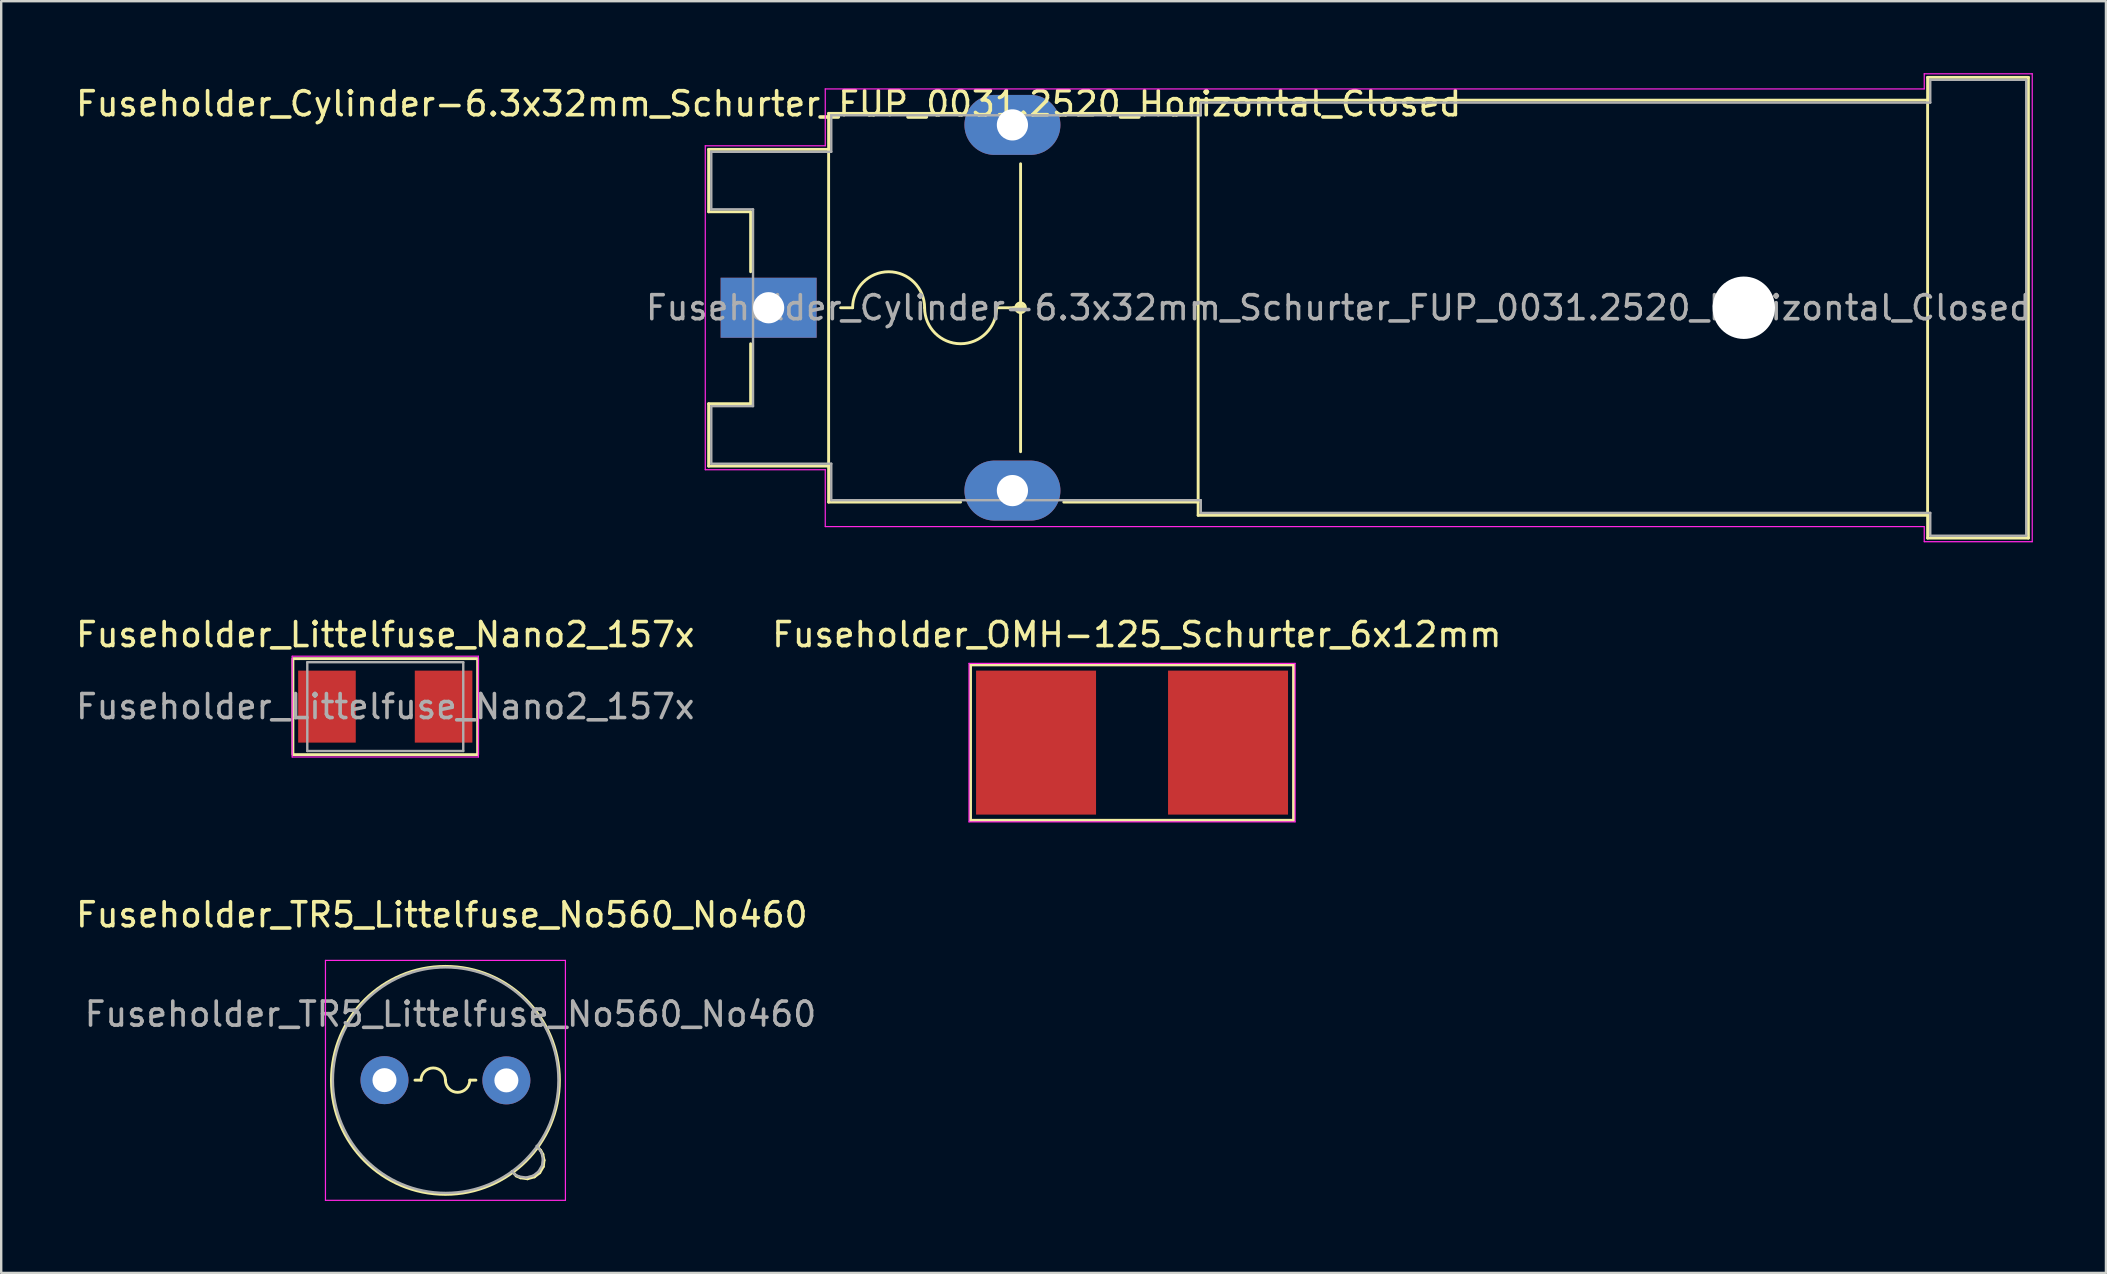
<source format=kicad_pcb>
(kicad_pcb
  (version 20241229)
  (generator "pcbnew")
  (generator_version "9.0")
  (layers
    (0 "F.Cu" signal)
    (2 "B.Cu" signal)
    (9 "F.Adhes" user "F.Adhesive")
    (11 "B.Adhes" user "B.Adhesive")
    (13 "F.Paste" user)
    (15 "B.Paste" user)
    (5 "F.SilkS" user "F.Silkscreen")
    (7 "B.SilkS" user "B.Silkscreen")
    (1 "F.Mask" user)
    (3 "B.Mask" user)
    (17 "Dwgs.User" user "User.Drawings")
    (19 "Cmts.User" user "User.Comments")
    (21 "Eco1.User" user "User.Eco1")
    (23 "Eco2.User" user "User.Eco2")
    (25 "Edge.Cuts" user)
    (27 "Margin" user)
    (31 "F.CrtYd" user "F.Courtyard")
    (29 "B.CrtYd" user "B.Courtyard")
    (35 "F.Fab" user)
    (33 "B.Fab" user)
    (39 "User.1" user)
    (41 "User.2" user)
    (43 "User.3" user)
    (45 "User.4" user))
  (footprint "Fuseholder_OMH-125_Schurter_6x12mm"
    (layer "F.Cu")
    (at 44.127 27.898)
    (property "Reference" "Fuseholder_OMH-125_Schurter_6x12mm" (at 0.2 -4.5 0) (layer "F.SilkS") (effects (font (size 1 1) (thickness 0.15))))
    (fp_line (start -6.731 -3.239) (end 6.731 -3.239) (stroke (width 0.12) (type solid)) (layer "F.SilkS"))
    (fp_line (start -6.731 3.239) (end -6.731 -3.239) (stroke (width 0.12) (type solid)) (layer "F.SilkS"))
    (fp_line (start 6.731 -3.239) (end 6.731 3.239) (stroke (width 0.12) (type solid)) (layer "F.SilkS"))
    (fp_line (start 6.731 3.239) (end -6.731 3.239) (stroke (width 0.12) (type solid)) (layer "F.SilkS"))
    (fp_line (start -6.795 -3.302) (end 6.795 -3.302) (stroke (width 0.05) (type solid)) (layer "F.CrtYd"))
    (fp_line (start -6.795 3.302) (end -6.795 -3.302) (stroke (width 0.05) (type solid)) (layer "F.CrtYd"))
    (fp_line (start 6.795 -3.302) (end 6.795 3.302) (stroke (width 0.05) (type solid)) (layer "F.CrtYd"))
    (fp_line (start 6.795 3.302) (end -6.795 3.302) (stroke (width 0.05) (type solid)) (layer "F.CrtYd"))
    (pad "1" smd rect (at -4 0) (size 5 6) (layers "F.Cu" "F.Mask" "F.Paste"))
    (pad "2" smd rect (at 4 0) (size 5 6) (layers "F.Cu" "F.Mask" "F.Paste")))
  (footprint "Fuseholder_Littelfuse_Nano2_157x"
    (layer "F.Cu")
    (at 13.006 26.398)
    (property "Reference" "Fuseholder_Littelfuse_Nano2_157x" (at 0 -3 0) (layer "F.SilkS") (effects (font (size 1 1) (thickness 0.15))))
    (attr smd)
    (fp_rect (start -3.85 -2) (end 3.85 2) (stroke (width 0.12) (type solid)) (fill no) (layer "F.SilkS"))
    (fp_line (start -3.88 -2.1) (end -3.88 2.1) (stroke (width 0.05) (type solid)) (layer "F.CrtYd"))
    (fp_line (start -3.88 -2.1) (end 3.88 -2.1) (stroke (width 0.05) (type solid)) (layer "F.CrtYd"))
    (fp_line (start -3.88 2.1) (end 3.88 2.1) (stroke (width 0.05) (type solid)) (layer "F.CrtYd"))
    (fp_line (start 3.88 -2.1) (end 3.88 2.1) (stroke (width 0.05) (type solid)) (layer "F.CrtYd"))
    (fp_line (start -3.25 -1.85) (end -3.25 1.85) (stroke (width 0.1) (type solid)) (layer "F.Fab"))
    (fp_line (start -3.25 -1.85) (end 3.25 -1.85) (stroke (width 0.1) (type solid)) (layer "F.Fab"))
    (fp_line (start -3.25 1.85) (end 3.25 1.85) (stroke (width 0.1) (type solid)) (layer "F.Fab"))
    (fp_line (start 3.25 -1.85) (end 3.25 1.85) (stroke (width 0.1) (type solid)) (layer "F.Fab"))
    (fp_text user "${REFERENCE}" (at 0 0 0) (layer "F.Fab") (effects (font (size 1 1) (thickness 0.15))))
    (pad "1" smd rect (at -2.43 0) (size 2.4 3) (layers "F.Cu" "F.Mask" "F.Paste"))
    (pad "2" smd rect (at 2.43 0) (size 2.4 3) (layers "F.Cu" "F.Mask" "F.Paste")))
  (footprint "Fuseholder_Cylinder-6.3x32mm_Schurter_FUP_0031.2520_Horizontal_Closed"
    (layer "F.Cu")
    (at 28.982 9.775)
    (property "Reference" "Fuseholder_Cylinder-6.3x32mm_Schurter_FUP_0031.2520_Horizontal_Closed" (at 0 -8.5 0) (layer "F.SilkS") (effects (font (size 1 1) (thickness 0.15))))
    (fp_line (start -2.5 -6.6) (end 2.5 -6.6) (stroke (width 0.12) (type solid)) (layer "F.SilkS"))
    (fp_line (start -2.5 -4) (end -2.5 -6.6) (stroke (width 0.12) (type solid)) (layer "F.SilkS"))
    (fp_line (start -2.5 4) (end -0.75 4) (stroke (width 0.12) (type solid)) (layer "F.SilkS"))
    (fp_line (start -2.5 6.6) (end -2.5 4) (stroke (width 0.12) (type solid)) (layer "F.SilkS"))
    (fp_line (start -2.5 6.6) (end 2.5 6.6) (stroke (width 0.12) (type solid)) (layer "F.SilkS"))
    (fp_line (start -0.75 -4) (end -2.5 -4) (stroke (width 0.12) (type solid)) (layer "F.SilkS"))
    (fp_line (start -0.75 -1.5) (end -0.75 -4) (stroke (width 0.12) (type solid)) (layer "F.SilkS"))
    (fp_line (start -0.75 4) (end -0.75 1.5) (stroke (width 0.12) (type solid)) (layer "F.SilkS"))
    (fp_line (start 2.5 -8.1) (end 8 -8.1) (stroke (width 0.12) (type solid)) (layer "F.SilkS"))
    (fp_line (start 2.5 8.1) (end 2.5 -8.1) (stroke (width 0.12) (type solid)) (layer "F.SilkS"))
    (fp_line (start 2.5 8.1) (end 8 8.1) (stroke (width 0.12) (type solid)) (layer "F.SilkS"))
    (fp_line (start 3.5 0) (end 3 0) (stroke (width 0.12) (type solid)) (layer "F.SilkS"))
    (fp_line (start 9.5 0) (end 10.5 0) (stroke (width 0.12) (type solid)) (layer "F.SilkS"))
    (fp_line (start 10.2 0) (end 10.5 0) (stroke (width 0.12) (type solid)) (layer "F.SilkS"))
    (fp_line (start 10.5 0) (end 10.5 -6) (stroke (width 0.12) (type solid)) (layer "F.SilkS"))
    (fp_line (start 10.5 0) (end 10.5 6) (stroke (width 0.12) (type solid)) (layer "F.SilkS"))
    (fp_line (start 12.3 -8.1) (end 17.9 -8.1) (stroke (width 0.12) (type solid)) (layer "F.SilkS"))
    (fp_line (start 12.3 8.1) (end 17.9 8.1) (stroke (width 0.12) (type solid)) (layer "F.SilkS"))
    (fp_line (start 17.9 -8.65) (end 48.3 -8.65) (stroke (width 0.12) (type solid)) (layer "F.SilkS"))
    (fp_line (start 17.9 8.65) (end 17.9 -8.65) (stroke (width 0.12) (type solid)) (layer "F.SilkS"))
    (fp_line (start 17.9 8.65) (end 48.3 8.65) (stroke (width 0.12) (type solid)) (layer "F.SilkS"))
    (fp_line (start 48.3 -9.6) (end 52.5 -9.6) (stroke (width 0.12) (type solid)) (layer "F.SilkS"))
    (fp_line (start 48.3 9.6) (end 48.3 -9.6) (stroke (width 0.12) (type solid)) (layer "F.SilkS"))
    (fp_line (start 48.3 9.6) (end 52.5 9.6) (stroke (width 0.12) (type solid)) (layer "F.SilkS"))
    (fp_line (start 52.5 -9.6) (end 52.5 9.6) (stroke (width 0.12) (type solid)) (layer "F.SilkS"))
    (fp_arc (start 3.5 0) (mid 5 -1.5) (end 6.5 0) (stroke (width 0.12) (type solid)) (layer "F.SilkS"))
    (fp_arc (start 9.5 0) (mid 8 1.5) (end 6.5 0) (stroke (width 0.12) (type solid)) (layer "F.SilkS"))
    (fp_circle (center 10.5 0) (end 10.6 -0.025) (stroke (width 0.12) (type solid)) (fill no) (layer "F.SilkS"))
    (fp_circle (center 10.5 0) (end 10.675 -0.1) (stroke (width 0.12) (type solid)) (fill no) (layer "F.SilkS"))
    (fp_line (start -2.64 -6.75) (end 2.36 -6.75) (stroke (width 0.05) (type solid)) (layer "F.CrtYd"))
    (fp_line (start -2.64 6.75) (end -2.64 -6.75) (stroke (width 0.05) (type solid)) (layer "F.CrtYd"))
    (fp_line (start -2.64 6.75) (end 2.36 6.75) (stroke (width 0.05) (type solid)) (layer "F.CrtYd"))
    (fp_line (start 2.36 -9.12) (end 2.36 -6.75) (stroke (width 0.05) (type solid)) (layer "F.CrtYd"))
    (fp_line (start 2.36 -9.12) (end 48.16 -9.12) (stroke (width 0.05) (type solid)) (layer "F.CrtYd"))
    (fp_line (start 2.36 6.75) (end 2.36 9.12) (stroke (width 0.05) (type solid)) (layer "F.CrtYd"))
    (fp_line (start 48.16 -9.75) (end 48.16 -9.12) (stroke (width 0.05) (type solid)) (layer "F.CrtYd"))
    (fp_line (start 48.16 -9.75) (end 52.66 -9.75) (stroke (width 0.05) (type solid)) (layer "F.CrtYd"))
    (fp_line (start 48.16 9.12) (end 2.36 9.12) (stroke (width 0.05) (type solid)) (layer "F.CrtYd"))
    (fp_line (start 48.16 9.12) (end 48.16 9.75) (stroke (width 0.05) (type solid)) (layer "F.CrtYd"))
    (fp_line (start 48.16 9.75) (end 52.66 9.75) (stroke (width 0.05) (type solid)) (layer "F.CrtYd"))
    (fp_line (start 52.66 -9.75) (end 52.66 9.75) (stroke (width 0.05) (type solid)) (layer "F.CrtYd"))
    (fp_line (start -2.39 -4.1) (end -2.39 -6.5) (stroke (width 0.1) (type solid)) (layer "F.Fab"))
    (fp_line (start -2.39 -4.1) (end -0.65 -4.1) (stroke (width 0.1) (type solid)) (layer "F.Fab"))
    (fp_line (start -2.39 4.1) (end -2.39 6.5) (stroke (width 0.1) (type solid)) (layer "F.Fab"))
    (fp_line (start -2.39 6.5) (end 2.61 6.5) (stroke (width 0.1) (type solid)) (layer "F.Fab"))
    (fp_line (start -0.65 -4.1) (end -0.65 4.1) (stroke (width 0.1) (type solid)) (layer "F.Fab"))
    (fp_line (start -0.65 4.1) (end -2.39 4.1) (stroke (width 0.1) (type solid)) (layer "F.Fab"))
    (fp_line (start 2.61 -8.02) (end 2.61 -6.5) (stroke (width 0.1) (type solid)) (layer "F.Fab"))
    (fp_line (start 2.61 -6.5) (end -2.39 -6.5) (stroke (width 0.1) (type solid)) (layer "F.Fab"))
    (fp_line (start 2.61 6.5) (end 2.61 8.02) (stroke (width 0.1) (type solid)) (layer "F.Fab"))
    (fp_line (start 2.61 8.02) (end 18.01 8.02) (stroke (width 0.1) (type solid)) (layer "F.Fab"))
    (fp_line (start 18.01 -8.55) (end 18.01 -8.02) (stroke (width 0.1) (type solid)) (layer "F.Fab"))
    (fp_line (start 18.01 -8.02) (end 2.61 -8.02) (stroke (width 0.1) (type solid)) (layer "F.Fab"))
    (fp_line (start 18.01 8.02) (end 18.01 8.55) (stroke (width 0.1) (type solid)) (layer "F.Fab"))
    (fp_line (start 18.01 8.55) (end 48.41 8.55) (stroke (width 0.1) (type solid)) (layer "F.Fab"))
    (fp_line (start 48.41 -9.5) (end 48.41 -8.55) (stroke (width 0.1) (type solid)) (layer "F.Fab"))
    (fp_line (start 48.41 -8.55) (end 18.01 -8.55) (stroke (width 0.1) (type solid)) (layer "F.Fab"))
    (fp_line (start 48.41 8.55) (end 48.41 9.5) (stroke (width 0.1) (type solid)) (layer "F.Fab"))
    (fp_line (start 48.41 9.5) (end 52.41 9.5) (stroke (width 0.1) (type solid)) (layer "F.Fab"))
    (fp_line (start 52.41 -9.5) (end 48.41 -9.5) (stroke (width 0.1) (type solid)) (layer "F.Fab"))
    (fp_line (start 52.41 -9.5) (end 52.41 9.5) (stroke (width 0.1) (type solid)) (layer "F.Fab"))
    (fp_text user "${REFERENCE}" (at 23.75 0 0) (layer "F.Fab") (effects (font (size 1 1) (thickness 0.15))))
    (pad "" np_thru_hole circle (at 40.64 0) (size 2.6 2.6) (drill 2.6) (layers "*.Cu" "*.Mask"))
    (pad "1" thru_hole rect (at 0 0) (size 4 2.5) (drill 1.3) (layers "*.Cu" "*.Mask"))
    (pad "2" thru_hole oval (at 10.16 -7.62) (size 4 2.5) (drill 1.3) (layers "*.Cu" "*.Mask"))
    (pad "2" thru_hole oval (at 10.16 7.62) (size 4 2.5) (drill 1.3) (layers "*.Cu" "*.Mask")))
  (footprint "Fuseholder_TR5_Littelfuse_No560_No460"
    (layer "F.Cu")
    (at 12.973 41.964)
    (property "Reference" "Fuseholder_TR5_Littelfuse_No560_No460" (at 2.39 -6.89 0) (layer "F.SilkS") (effects (font (size 1 1) (thickness 0.15))))
    (fp_line (start 1.27 0) (end 1.524 0) (stroke (width 0.12) (type solid)) (layer "F.SilkS"))
    (fp_line (start 3.81 0) (end 3.556 0) (stroke (width 0.12) (type solid)) (layer "F.SilkS"))
    (fp_line (start 5.49 3.99) (end 5.36 3.84) (stroke (width 0.12) (type solid)) (layer "F.SilkS"))
    (fp_line (start 5.67 4.07) (end 5.49 3.99) (stroke (width 0.12) (type solid)) (layer "F.SilkS"))
    (fp_line (start 5.96 4.11) (end 5.67 4.07) (stroke (width 0.12) (type solid)) (layer "F.SilkS"))
    (fp_line (start 6.25 4.03) (end 5.96 4.11) (stroke (width 0.12) (type solid)) (layer "F.SilkS"))
    (fp_line (start 6.39 2.79) (end 6.51 2.93) (stroke (width 0.12) (type solid)) (layer "F.SilkS"))
    (fp_line (start 6.47 3.86) (end 6.25 4.03) (stroke (width 0.12) (type solid)) (layer "F.SilkS"))
    (fp_line (start 6.51 2.93) (end 6.6 3.09) (stroke (width 0.12) (type solid)) (layer "F.SilkS"))
    (fp_line (start 6.6 3.09) (end 6.65 3.34) (stroke (width 0.12) (type solid)) (layer "F.SilkS"))
    (fp_line (start 6.62 3.6) (end 6.47 3.86) (stroke (width 0.12) (type solid)) (layer "F.SilkS"))
    (fp_line (start 6.65 3.34) (end 6.62 3.6) (stroke (width 0.12) (type solid)) (layer "F.SilkS"))
    (fp_arc (start 1.524 0) (mid 2.032 -0.508) (end 2.54 0) (stroke (width 0.12) (type solid)) (layer "F.SilkS"))
    (fp_arc (start 3.556 0) (mid 3.048 0.508) (end 2.54 0) (stroke (width 0.12) (type solid)) (layer "F.SilkS"))
    (fp_circle (center 2.54 0.01) (end 7.29 0.01) (stroke (width 0.12) (type solid)) (fill no) (layer "F.SilkS"))
    (fp_line (start -2.46 -4.99) (end -2.46 5.01) (stroke (width 0.05) (type solid)) (layer "F.CrtYd"))
    (fp_line (start -2.46 -4.99) (end 7.54 -4.99) (stroke (width 0.05) (type solid)) (layer "F.CrtYd"))
    (fp_line (start 7.54 5.01) (end -2.46 5.01) (stroke (width 0.05) (type solid)) (layer "F.CrtYd"))
    (fp_line (start 7.54 5.01) (end 7.54 -4.99) (stroke (width 0.05) (type solid)) (layer "F.CrtYd"))
    (fp_line (start 5.44 3.94) (end 5.31 3.79) (stroke (width 0.1) (type solid)) (layer "F.Fab"))
    (fp_line (start 5.62 4.02) (end 5.44 3.94) (stroke (width 0.1) (type solid)) (layer "F.Fab"))
    (fp_line (start 5.91 4.06) (end 5.62 4.02) (stroke (width 0.1) (type solid)) (layer "F.Fab"))
    (fp_line (start 6.2 3.98) (end 5.91 4.06) (stroke (width 0.1) (type solid)) (layer "F.Fab"))
    (fp_line (start 6.34 2.74) (end 6.46 2.88) (stroke (width 0.1) (type solid)) (layer "F.Fab"))
    (fp_line (start 6.42 3.81) (end 6.2 3.98) (stroke (width 0.1) (type solid)) (layer "F.Fab"))
    (fp_line (start 6.46 2.88) (end 6.55 3.04) (stroke (width 0.1) (type solid)) (layer "F.Fab"))
    (fp_line (start 6.55 3.04) (end 6.6 3.29) (stroke (width 0.1) (type solid)) (layer "F.Fab"))
    (fp_line (start 6.57 3.55) (end 6.42 3.81) (stroke (width 0.1) (type solid)) (layer "F.Fab"))
    (fp_line (start 6.6 3.29) (end 6.57 3.55) (stroke (width 0.1) (type solid)) (layer "F.Fab"))
    (fp_circle (center 2.55 0) (end 7.25 0) (stroke (width 0.1) (type solid)) (fill no) (layer "F.Fab"))
    (fp_text user "${REFERENCE}" (at 2.75 -2.75 0) (layer "F.Fab") (effects (font (size 1 1) (thickness 0.15))))
    (pad "1" thru_hole circle (at 0 0) (size 2 2) (drill 1) (layers "*.Cu" "*.Mask"))
    (pad "2" thru_hole circle (at 5.08 0.01) (size 2 2) (drill 1) (layers "*.Cu" "*.Mask")))
  (gr_rect
    (start -3 -3)
    (end 84.714 49.998)
    (stroke (width 0.1) (type default))
    (fill no)
    (layer "Edge.Cuts")))
</source>
